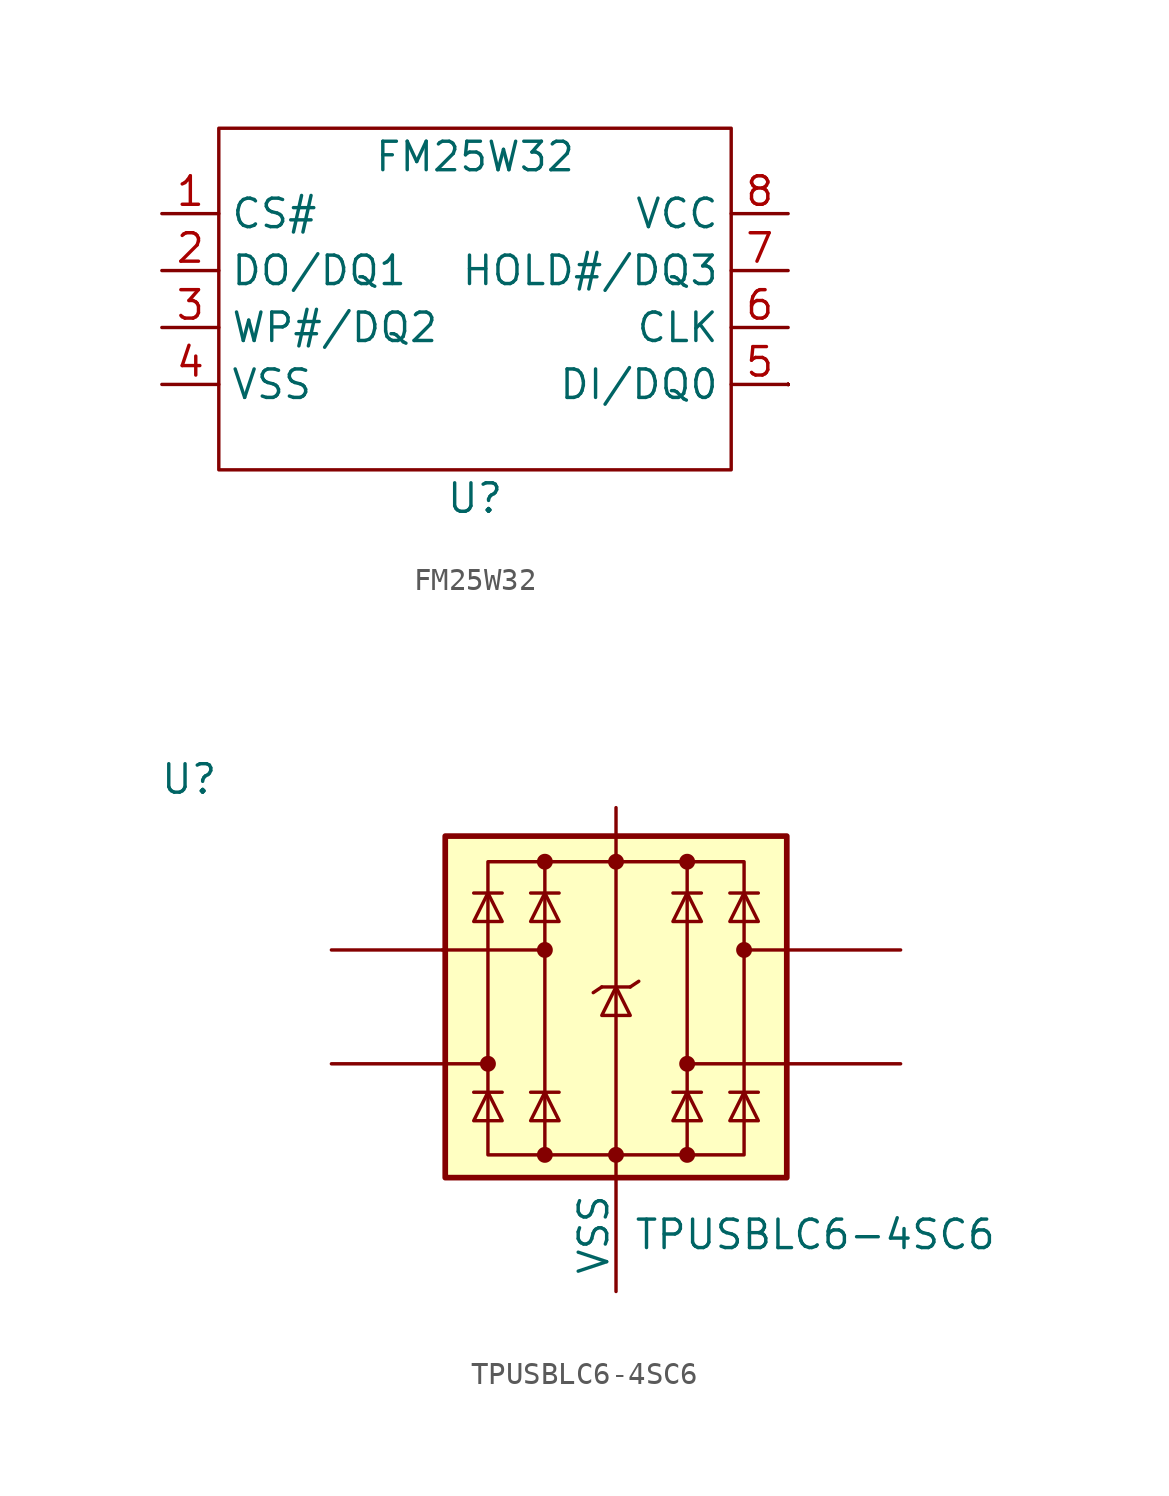
<source format=kicad_sym>
(kicad_symbol_lib
  (version 20211014)
  (generator kicad_symbol_editor)
  (symbol "FM25W32"
    (property "Reference" "U"
      (at 0 -3.81 0)
      (effects (font (size 1.27 1.27))))
    (property "Value" "FM25W32"
      (at 0 11.43 0)
      (effects (font (size 1.27 1.27))))
    (symbol "FM25W32_0_1"
      (rectangle (start -11.43 12.7) (end 11.43 -2.54) (stroke (width 0) (type default) (color 0 0 0 0)) (fill (type none)))
      (rectangle (start 13.97 1.27) (end 13.97 1.27) (stroke (width 0) (type default) (color 0 0 0 0)) (fill (type none)))
      (rectangle (start 13.97 1.27) (end 13.97 1.27) (stroke (width 0) (type default) (color 0 0 0 0)) (fill (type none)))
      (rectangle (start 13.97 1.27) (end 13.97 1.27) (stroke (width 0) (type default) (color 0 0 0 0)) (fill (type none)))
      (rectangle (start 13.97 1.27) (end 13.97 1.27) (stroke (width 0) (type default) (color 0 0 0 0)) (fill (type none)))
      (rectangle (start 13.97 1.27) (end 13.97 1.27) (stroke (width 0) (type default) (color 0 0 0 0)) (fill (type none)))
      (rectangle (start 13.97 1.27) (end 13.97 1.27) (stroke (width 0) (type default) (color 0 0 0 0)) (fill (type none)))
      (rectangle (start 13.97 1.27) (end 13.97 1.27) (stroke (width 0) (type default) (color 0 0 0 0)) (fill (type none)))
      (rectangle (start 13.97 1.27) (end 13.97 1.27) (stroke (width 0) (type default) (color 0 0 0 0)) (fill (type none)))
      (rectangle (start 13.97 1.27) (end 13.97 1.27) (stroke (width 0) (type default) (color 0 0 0 0)) (fill (type none))))
    (symbol "FM25W32_1_1"
      (pin input line (at -13.97 8.89 0) (length 2.54) (name "CS#" (effects (font (size 1.27 1.27)))) (number "1" (effects (font (size 1.27 1.27)))))
      (pin input line (at -13.97 6.35 0) (length 2.54) (name "DO/DQ1" (effects (font (size 1.27 1.27)))) (number "2" (effects (font (size 1.27 1.27)))))
      (pin input line (at -13.97 3.81 0) (length 2.54) (name "WP#/DQ2" (effects (font (size 1.27 1.27)))) (number "3" (effects (font (size 1.27 1.27)))))
      (pin input line (at -13.97 1.27 0) (length 2.54) (name "VSS" (effects (font (size 1.27 1.27)))) (number "4" (effects (font (size 1.27 1.27)))))
      (pin input line (at 13.97 1.27 180) (length 2.54) (name "DI/DQ0" (effects (font (size 1.27 1.27)))) (number "5" (effects (font (size 1.27 1.27)))))
      (pin input line (at 13.97 3.81 180) (length 2.54) (name "CLK" (effects (font (size 1.27 1.27)))) (number "6" (effects (font (size 1.27 1.27)))))
      (pin input line (at 13.97 6.35 180) (length 2.54) (name "HOLD#/DQ3" (effects (font (size 1.27 1.27)))) (number "7" (effects (font (size 1.27 1.27)))))
      (pin input line (at 13.97 8.89 180) (length 2.54) (name "VCC" (effects (font (size 1.27 1.27)))) (number "8" (effects (font (size 1.27 1.27)))))))
  (symbol "TPUSBLC6-4SC6"
    (pin_numbers hide)
    (pin_names
      (offset 0))
    (property "Reference" "U"
      (at -19.05 10.16 0)
      (effects (font (size 1.27 1.27))))
    (property "Value" "TPUSBLC6-4SC6"
      (at 8.89 -10.16 0)
      (effects (font (size 1.27 1.27))))
    (symbol "TPUSBLC6-4SC6_0_0"
      (rectangle (start -5.715 6.477) (end 5.715 -6.604) (stroke (width 0) (type default) (color 0 0 0 0)) (fill (type none)))
      (polyline (pts (xy -3.175 -6.604) (xy -3.175 6.477)) (stroke (width 0) (type default) (color 0 0 0 0)) (fill (type none)))
      (polyline (pts (xy 0 6.477) (xy 0 -6.604)) (stroke (width 0) (type default) (color 0 0 0 0)) (fill (type none)))
      (polyline (pts (xy 3.175 6.477) (xy 3.175 -6.604)) (stroke (width 0) (type default) (color 0 0 0 0)) (fill (type none))))
    (symbol "TPUSBLC6-4SC6_0_1"
      (rectangle (start -7.62 7.62) (end 7.62 -7.62) (stroke (width 0.254) (type default) (color 0 0 0 0)) (fill (type background)))
      (circle (center -5.715 -2.54) (radius 0.279) (stroke (width 0) (type default) (color 0 0 0 0)) (fill (type outline)))
      (circle (center -3.175 -6.604) (radius 0.279) (stroke (width 0) (type default) (color 0 0 0 0)) (fill (type outline)))
      (circle (center -3.175 2.54) (radius 0.279) (stroke (width 0) (type default) (color 0 0 0 0)) (fill (type outline)))
      (circle (center -3.175 6.477) (radius 0.279) (stroke (width 0) (type default) (color 0 0 0 0)) (fill (type outline)))
      (circle (center 0 -6.604) (radius 0.279) (stroke (width 0) (type default) (color 0 0 0 0)) (fill (type outline)))
      (polyline (pts (xy -7.747 2.54) (xy -3.175 2.54)) (stroke (width 0) (type default) (color 0 0 0 0)) (fill (type none)))
      (polyline (pts (xy -7.62 -2.54) (xy -5.715 -2.54)) (stroke (width 0) (type default) (color 0 0 0 0)) (fill (type none)))
      (polyline (pts (xy -5.08 -3.81) (xy -6.35 -3.81)) (stroke (width 0) (type default) (color 0 0 0 0)) (fill (type none)))
      (polyline (pts (xy -5.08 5.08) (xy -6.35 5.08)) (stroke (width 0) (type default) (color 0 0 0 0)) (fill (type none)))
      (polyline (pts (xy -2.54 -3.81) (xy -3.81 -3.81)) (stroke (width 0) (type default) (color 0 0 0 0)) (fill (type none)))
      (polyline (pts (xy -2.54 5.08) (xy -3.81 5.08)) (stroke (width 0) (type default) (color 0 0 0 0)) (fill (type none)))
      (polyline (pts (xy -0.635 0.889) (xy -1.016 0.635)) (stroke (width 0) (type default) (color 0 0 0 0)) (fill (type none)))
      (polyline (pts (xy 0 -6.604) (xy 0 -7.62)) (stroke (width 0) (type default) (color 0 0 0 0)) (fill (type none)))
      (polyline (pts (xy 0.635 0.889) (xy -0.635 0.889)) (stroke (width 0) (type default) (color 0 0 0 0)) (fill (type none)))
      (polyline (pts (xy 0.635 0.889) (xy 1.016 1.143)) (stroke (width 0) (type default) (color 0 0 0 0)) (fill (type none)))
      (polyline (pts (xy 3.81 -3.81) (xy 2.54 -3.81)) (stroke (width 0) (type default) (color 0 0 0 0)) (fill (type none)))
      (polyline (pts (xy 3.81 5.08) (xy 2.54 5.08)) (stroke (width 0) (type default) (color 0 0 0 0)) (fill (type none)))
      (polyline (pts (xy 6.35 -3.81) (xy 5.08 -3.81)) (stroke (width 0) (type default) (color 0 0 0 0)) (fill (type none)))
      (polyline (pts (xy 6.35 5.08) (xy 5.08 5.08)) (stroke (width 0) (type default) (color 0 0 0 0)) (fill (type none)))
      (polyline (pts (xy 7.62 -2.54) (xy 3.175 -2.54)) (stroke (width 0) (type default) (color 0 0 0 0)) (fill (type none)))
      (polyline (pts (xy 7.62 2.54) (xy 5.715 2.54)) (stroke (width 0) (type default) (color 0 0 0 0)) (fill (type none)))
      (polyline (pts (xy -5.08 -5.08) (xy -6.35 -5.08) (xy -5.715 -3.81) (xy -5.08 -5.08)) (stroke (width 0) (type default) (color 0 0 0 0)) (fill (type none)))
      (polyline (pts (xy -5.08 3.81) (xy -6.35 3.81) (xy -5.715 5.08) (xy -5.08 3.81)) (stroke (width 0) (type default) (color 0 0 0 0)) (fill (type none)))
      (polyline (pts (xy -2.54 -5.08) (xy -3.81 -5.08) (xy -3.175 -3.81) (xy -2.54 -5.08)) (stroke (width 0) (type default) (color 0 0 0 0)) (fill (type none)))
      (polyline (pts (xy -2.54 3.81) (xy -3.81 3.81) (xy -3.175 5.08) (xy -2.54 3.81)) (stroke (width 0) (type default) (color 0 0 0 0)) (fill (type none)))
      (polyline (pts (xy 0.635 -0.381) (xy -0.635 -0.381) (xy 0 0.889) (xy 0.635 -0.381)) (stroke (width 0) (type default) (color 0 0 0 0)) (fill (type none)))
      (polyline (pts (xy 3.81 -5.08) (xy 2.54 -5.08) (xy 3.175 -3.81) (xy 3.81 -5.08)) (stroke (width 0) (type default) (color 0 0 0 0)) (fill (type none)))
      (polyline (pts (xy 3.81 3.81) (xy 2.54 3.81) (xy 3.175 5.08) (xy 3.81 3.81)) (stroke (width 0) (type default) (color 0 0 0 0)) (fill (type none)))
      (polyline (pts (xy 6.35 -5.08) (xy 5.08 -5.08) (xy 5.715 -3.81) (xy 6.35 -5.08)) (stroke (width 0) (type default) (color 0 0 0 0)) (fill (type none)))
      (polyline (pts (xy 6.35 3.81) (xy 5.08 3.81) (xy 5.715 5.08) (xy 6.35 3.81)) (stroke (width 0) (type default) (color 0 0 0 0)) (fill (type none)))
      (circle (center 0 6.477) (radius 0.279) (stroke (width 0) (type default) (color 0 0 0 0)) (fill (type outline)))
      (circle (center 3.175 -6.604) (radius 0.279) (stroke (width 0) (type default) (color 0 0 0 0)) (fill (type outline)))
      (circle (center 3.175 -2.54) (radius 0.279) (stroke (width 0) (type default) (color 0 0 0 0)) (fill (type outline)))
      (circle (center 3.175 6.477) (radius 0.279) (stroke (width 0) (type default) (color 0 0 0 0)) (fill (type outline)))
      (circle (center 5.715 2.54) (radius 0.279) (stroke (width 0) (type default) (color 0 0 0 0)) (fill (type outline))))
    (symbol "TPUSBLC6-4SC6_1_1"
      (pin passive line (at -12.7 -2.54 0) (length 5.08) (name "~" (effects (font (size 1.27 1.27)))) (number "1" (effects (font (size 1.27 1.27)))))
      (pin power_in line (at 0 -12.7 90) (length 5.08) (name "VSS" (effects (font (size 1.27 1.27)))) (number "2" (effects (font (size 1.27 1.27)))))
      (pin passive line (at 12.7 -2.54 180) (length 5.08) (name "~" (effects (font (size 1.27 1.27)))) (number "3" (effects (font (size 1.27 1.27)))))
      (pin passive line (at 12.7 2.54 180) (length 5.08) (name "~" (effects (font (size 1.27 1.27)))) (number "4" (effects (font (size 1.27 1.27)))))
      (pin power_in line (at 0 8.89 270) (length 2.54) (name "~" (effects (font (size 1.27 1.27)))) (number "5" (effects (font (size 1.27 1.27)))))
      (pin passive line (at -12.7 2.54 0) (length 5.08) (name "~" (effects (font (size 1.27 1.27)))) (number "6" (effects (font (size 1.27 1.27))))))))
</source>
